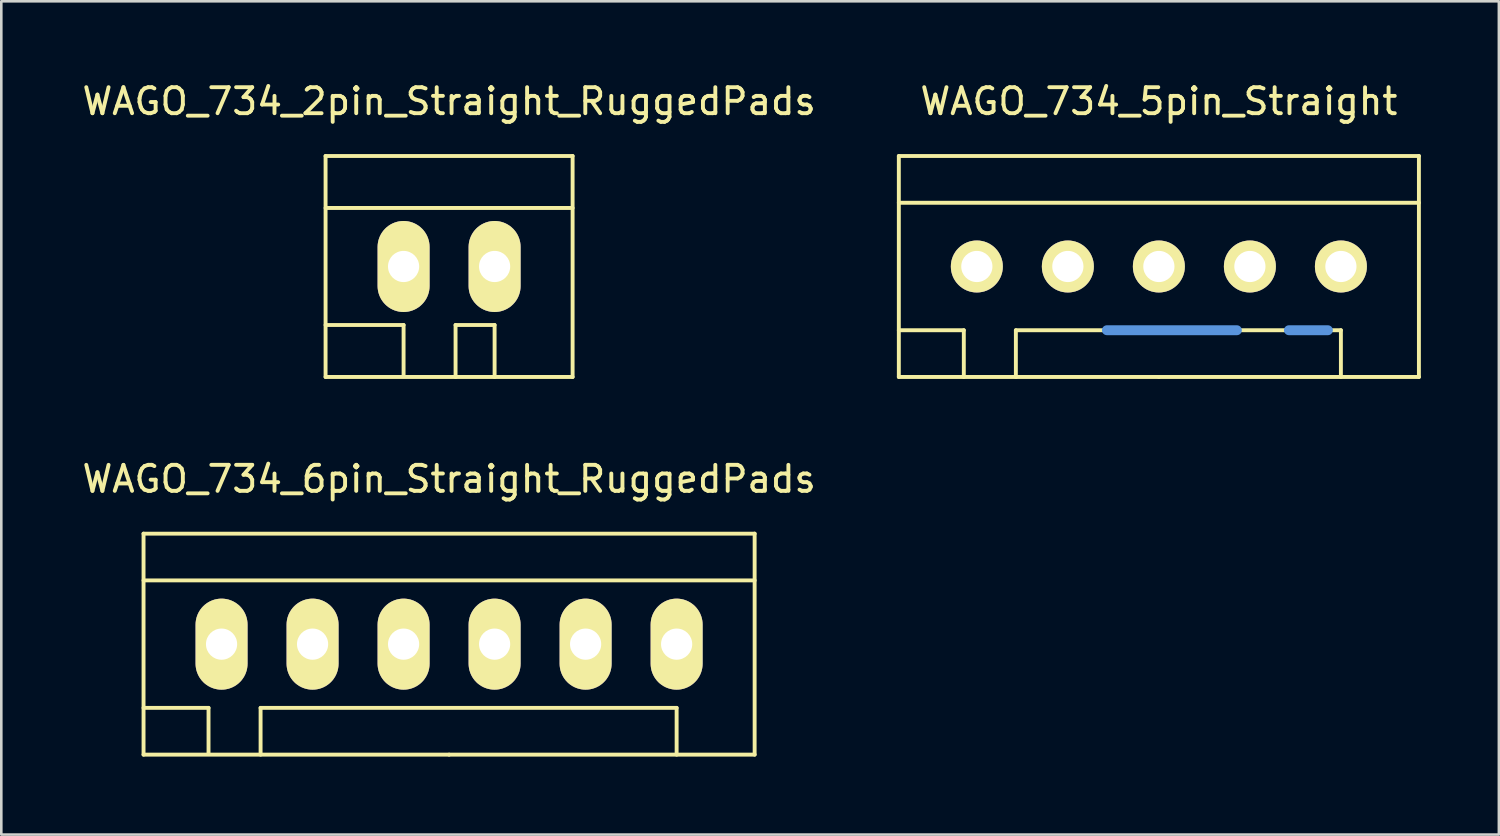
<source format=kicad_pcb>
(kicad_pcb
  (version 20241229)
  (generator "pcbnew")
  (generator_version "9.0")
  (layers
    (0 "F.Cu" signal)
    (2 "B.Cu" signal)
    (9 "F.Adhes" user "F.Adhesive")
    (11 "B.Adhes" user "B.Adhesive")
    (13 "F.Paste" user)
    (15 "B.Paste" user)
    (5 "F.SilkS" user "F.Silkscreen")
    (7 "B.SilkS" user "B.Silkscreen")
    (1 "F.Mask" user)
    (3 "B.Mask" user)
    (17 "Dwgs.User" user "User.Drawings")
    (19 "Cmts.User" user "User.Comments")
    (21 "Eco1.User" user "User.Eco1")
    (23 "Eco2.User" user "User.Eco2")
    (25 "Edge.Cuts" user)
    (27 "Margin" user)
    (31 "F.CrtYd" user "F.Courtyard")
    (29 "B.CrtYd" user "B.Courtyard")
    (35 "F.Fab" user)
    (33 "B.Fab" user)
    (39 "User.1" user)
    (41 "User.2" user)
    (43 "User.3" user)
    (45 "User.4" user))
  (footprint "WAGO_734_6pin_Straight_RuggedPads"
    (layer "F.Cu")
    (at 14.22 21.721)
    (property "Reference" "WAGO_734_6pin_Straight_RuggedPads" (at 0 -6.35 0) (layer "F.SilkS") (effects (font (size 1 1) (thickness 0.15))))
    (attr through_hole)
    (fp_line (start -11.75 -4.249) (end -11.75 4.249) (stroke (width 0.15) (type solid)) (layer "F.SilkS"))
    (fp_line (start -11.75 -2.451) (end 11.75 -2.451) (stroke (width 0.15) (type solid)) (layer "F.SilkS"))
    (fp_line (start -11.75 2.451) (end -9.251 2.451) (stroke (width 0.15) (type solid)) (layer "F.SilkS"))
    (fp_line (start -11.75 4.249) (end 0 4.249) (stroke (width 0.15) (type solid)) (layer "F.SilkS"))
    (fp_line (start -9.251 2.451) (end -9.251 4.201) (stroke (width 0.15) (type solid)) (layer "F.SilkS"))
    (fp_line (start -7.249 4.249) (end -7.249 2.451) (stroke (width 0.15) (type solid)) (layer "F.SilkS"))
    (fp_line (start 0 4.249) (end 11.75 4.249) (stroke (width 0.15) (type solid)) (layer "F.SilkS"))
    (fp_line (start 8.75 2.451) (end -7.249 2.451) (stroke (width 0.15) (type solid)) (layer "F.SilkS"))
    (fp_line (start 8.75 4.249) (end 8.75 2.451) (stroke (width 0.15) (type solid)) (layer "F.SilkS"))
    (fp_line (start 11.75 -4.249) (end -11.75 -4.249) (stroke (width 0.15) (type solid)) (layer "F.SilkS"))
    (fp_line (start 11.75 4.249) (end 11.75 -4.249) (stroke (width 0.15) (type solid)) (layer "F.SilkS"))
    (pad "1" thru_hole oval (at -8.75 0) (size 1.999 3.5) (drill 1.199) (layers "*.Cu" "*.Mask" "F.SilkS"))
    (pad "2" thru_hole oval (at -5.25 0) (size 1.999 3.5) (drill 1.199) (layers "*.Cu" "*.Mask" "F.SilkS"))
    (pad "3" thru_hole oval (at -1.75 0) (size 1.999 3.5) (drill 1.199) (layers "*.Cu" "*.Mask" "F.SilkS"))
    (pad "4" thru_hole oval (at 1.75 0) (size 1.999 3.5) (drill 1.199) (layers "*.Cu" "*.Mask" "F.SilkS"))
    (pad "5" thru_hole oval (at 5.25 0) (size 1.999 3.5) (drill 1.199) (layers "*.Cu" "*.Mask" "F.SilkS"))
    (pad "6" thru_hole oval (at 8.75 0) (size 1.999 3.5) (drill 1.199) (layers "*.Cu" "*.Mask" "F.SilkS")))
  (footprint "WAGO_734_5pin_Straight"
    (layer "F.Cu")
    (at 41.515 7.198)
    (property "Reference" "WAGO_734_5pin_Straight" (at 0 -6.35 0) (layer "F.SilkS") (effects (font (size 1 1) (thickness 0.15))))
    (attr through_hole)
    (fp_line (start -10 -4.249) (end -10 4.249) (stroke (width 0.15) (type solid)) (layer "F.SilkS"))
    (fp_line (start -10 -2.451) (end 10 -2.451) (stroke (width 0.15) (type solid)) (layer "F.SilkS"))
    (fp_line (start -10 2.451) (end -7.501 2.451) (stroke (width 0.15) (type solid)) (layer "F.SilkS"))
    (fp_line (start -10 4.249) (end 0 4.249) (stroke (width 0.15) (type solid)) (layer "F.SilkS"))
    (fp_line (start -7.501 2.451) (end -7.501 4.249) (stroke (width 0.15) (type solid)) (layer "F.SilkS"))
    (fp_line (start -5.499 4.249) (end -5.499 2.451) (stroke (width 0.15) (type solid)) (layer "F.SilkS"))
    (fp_line (start 0 4.249) (end 10 4.249) (stroke (width 0.15) (type solid)) (layer "F.SilkS"))
    (fp_line (start 7 2.451) (end -5.499 2.451) (stroke (width 0.15) (type solid)) (layer "F.SilkS"))
    (fp_line (start 7 4.249) (end 7 2.451) (stroke (width 0.15) (type solid)) (layer "F.SilkS"))
    (fp_line (start 10 -4.249) (end -10 -4.249) (stroke (width 0.15) (type solid)) (layer "F.SilkS"))
    (fp_line (start 10 4.249) (end 10 -4.249) (stroke (width 0.15) (type solid)) (layer "F.SilkS"))
    (fp_line (start -1.999 2.451) (end 3 2.451) (stroke (width 0.381) (type solid)) (layer "Cmts.User"))
    (fp_line (start 5.001 2.451) (end 6.5 2.451) (stroke (width 0.381) (type solid)) (layer "Cmts.User"))
    (pad "1" thru_hole circle (at -7 0) (size 1.999 1.999) (drill 1.199) (layers "*.Cu" "*.Mask" "F.SilkS"))
    (pad "2" thru_hole circle (at -3.5 0) (size 1.999 1.999) (drill 1.199) (layers "*.Cu" "*.Mask" "F.SilkS"))
    (pad "3" thru_hole circle (at 0 0) (size 1.999 1.999) (drill 1.199) (layers "*.Cu" "*.Mask" "F.SilkS"))
    (pad "4" thru_hole circle (at 3.5 0) (size 1.999 1.999) (drill 1.199) (layers "*.Cu" "*.Mask" "F.SilkS"))
    (pad "5" thru_hole circle (at 7 0) (size 1.999 1.999) (drill 1.199) (layers "*.Cu" "*.Mask" "F.SilkS")))
  (footprint "WAGO_734_2pin_Straight_RuggedPads"
    (layer "F.Cu")
    (at 14.22 7.198)
    (property "Reference" "WAGO_734_2pin_Straight_RuggedPads" (at 0 -6.35 0) (layer "F.SilkS") (effects (font (size 1 1) (thickness 0.15))))
    (attr through_hole)
    (fp_line (start -4.75 -4.249) (end -4.75 4.249) (stroke (width 0.15) (type solid)) (layer "F.SilkS"))
    (fp_line (start -4.75 -2.25) (end 4.75 -2.25) (stroke (width 0.15) (type solid)) (layer "F.SilkS"))
    (fp_line (start -4.75 2.25) (end -1.75 2.25) (stroke (width 0.15) (type solid)) (layer "F.SilkS"))
    (fp_line (start -4.75 4.249) (end 4.75 4.249) (stroke (width 0.15) (type solid)) (layer "F.SilkS"))
    (fp_line (start -1.75 2.25) (end -1.75 4.201) (stroke (width 0.15) (type solid)) (layer "F.SilkS"))
    (fp_line (start 0.249 2.25) (end 1.75 2.25) (stroke (width 0.15) (type solid)) (layer "F.SilkS"))
    (fp_line (start 0.249 4.249) (end 0.249 2.25) (stroke (width 0.15) (type solid)) (layer "F.SilkS"))
    (fp_line (start 1.75 2.25) (end 1.75 4.249) (stroke (width 0.15) (type solid)) (layer "F.SilkS"))
    (fp_line (start 4.75 -4.249) (end -4.75 -4.249) (stroke (width 0.15) (type solid)) (layer "F.SilkS"))
    (fp_line (start 4.75 4.249) (end 4.75 -4.249) (stroke (width 0.15) (type solid)) (layer "F.SilkS"))
    (pad "1" thru_hole oval (at -1.75 0) (size 1.999 3.5) (drill 1.199) (layers "*.Cu" "*.Mask" "F.SilkS"))
    (pad "2" thru_hole oval (at 1.75 0) (size 1.999 3.5) (drill 1.199) (layers "*.Cu" "*.Mask" "F.SilkS")))
  (gr_rect
    (start -3 -3)
    (end 54.59 29.045)
    (stroke (width 0.1) (type default))
    (fill no)
    (layer "Edge.Cuts")))
</source>
